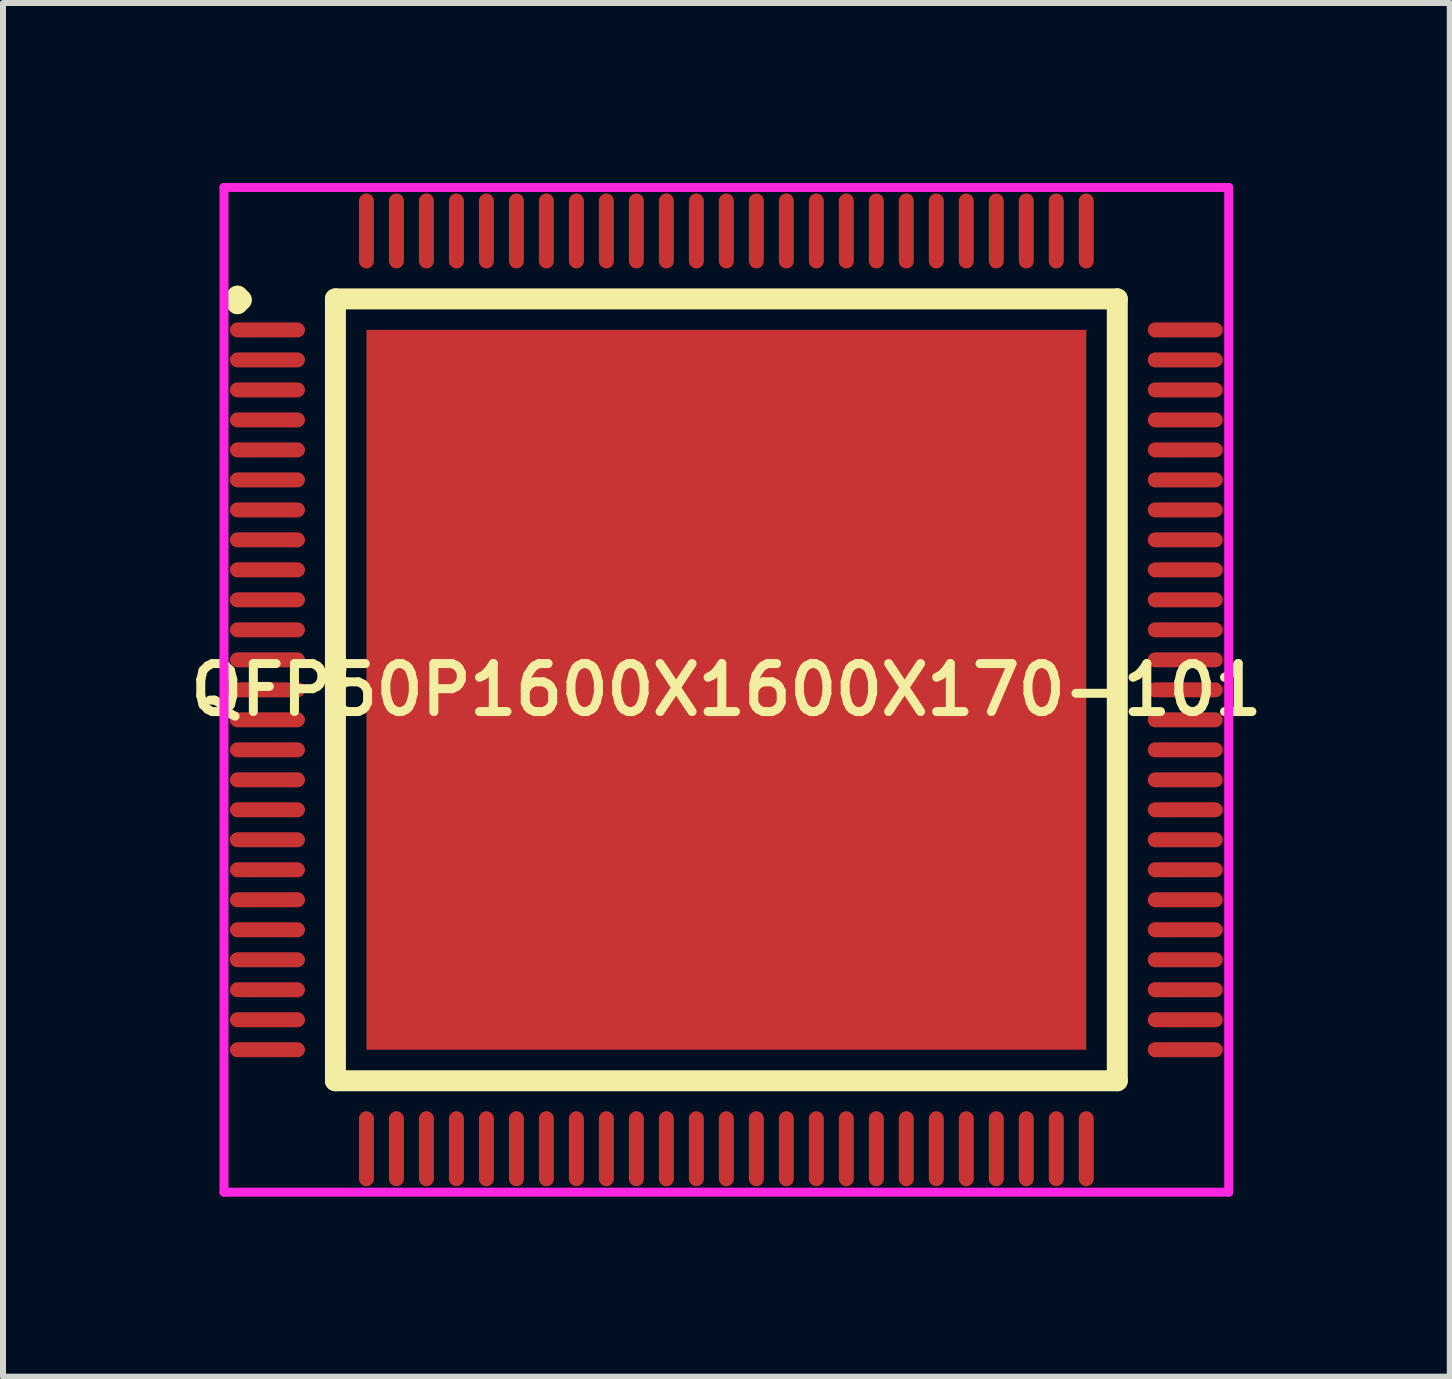
<source format=kicad_pcb>
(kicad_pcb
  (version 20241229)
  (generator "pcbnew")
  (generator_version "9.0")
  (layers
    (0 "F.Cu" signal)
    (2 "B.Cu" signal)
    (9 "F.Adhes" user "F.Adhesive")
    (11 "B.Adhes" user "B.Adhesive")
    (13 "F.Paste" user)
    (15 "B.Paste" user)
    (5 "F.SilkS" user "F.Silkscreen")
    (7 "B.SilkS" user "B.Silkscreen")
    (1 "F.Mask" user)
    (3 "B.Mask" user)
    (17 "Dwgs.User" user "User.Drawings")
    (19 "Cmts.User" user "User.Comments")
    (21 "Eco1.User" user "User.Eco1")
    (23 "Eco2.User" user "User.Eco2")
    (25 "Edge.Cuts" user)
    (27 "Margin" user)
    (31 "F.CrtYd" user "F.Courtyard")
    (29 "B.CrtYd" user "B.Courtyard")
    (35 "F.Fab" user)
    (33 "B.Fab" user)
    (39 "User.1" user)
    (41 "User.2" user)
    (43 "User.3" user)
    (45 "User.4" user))
  (footprint "QFP50P1600X1600X170-101"
    (layer "F.Cu")
    (at 9.059 8.45)
    (property "Reference" "QFP50P1600X1600X170-101" (at 0 0 0) (layer "F.SilkS") (effects (font (size 0.8 0.8) (thickness 0.15))))
    (attr smd)
    (fp_line (start -8.213 -6.5) (end -8.15 -6.562) (stroke (width 0.35) (type solid)) (layer "F.SilkS"))
    (fp_line (start -8.15 -6.562) (end -8.088 -6.5) (stroke (width 0.35) (type solid)) (layer "F.SilkS"))
    (fp_line (start -8.15 -6.438) (end -8.213 -6.5) (stroke (width 0.35) (type solid)) (layer "F.SilkS"))
    (fp_line (start -8.088 -6.5) (end -8.15 -6.438) (stroke (width 0.35) (type solid)) (layer "F.SilkS"))
    (fp_line (start -6.517 -6.517) (end -6.517 6.517) (stroke (width 0.35) (type solid)) (layer "F.SilkS"))
    (fp_line (start -6.517 6.517) (end 6.517 6.517) (stroke (width 0.35) (type solid)) (layer "F.SilkS"))
    (fp_line (start 6.517 -6.517) (end -6.517 -6.517) (stroke (width 0.35) (type solid)) (layer "F.SilkS"))
    (fp_line (start 6.517 6.517) (end 6.517 -6.517) (stroke (width 0.35) (type solid)) (layer "F.SilkS"))
    (fp_line (start -8.375 -8.375) (end 8.375 -8.375) (stroke (width 0.15) (type solid)) (layer "F.CrtYd"))
    (fp_line (start -8.375 8.375) (end -8.375 -8.375) (stroke (width 0.15) (type solid)) (layer "F.CrtYd"))
    (fp_line (start 8.375 -8.375) (end 8.375 8.375) (stroke (width 0.15) (type solid)) (layer "F.CrtYd"))
    (fp_line (start 8.375 8.375) (end -8.375 8.375) (stroke (width 0.15) (type solid)) (layer "F.CrtYd"))
    (pad "1" smd oval (at -7.65 -6) (size 1.25 0.25) (layers "F.Cu" "F.Mask" "F.Paste"))
    (pad "2" smd oval (at -7.65 -5.5) (size 1.25 0.25) (layers "F.Cu" "F.Mask" "F.Paste"))
    (pad "3" smd oval (at -7.65 -5) (size 1.25 0.25) (layers "F.Cu" "F.Mask" "F.Paste"))
    (pad "4" smd oval (at -7.65 -4.5) (size 1.25 0.25) (layers "F.Cu" "F.Mask" "F.Paste"))
    (pad "5" smd oval (at -7.65 -4) (size 1.25 0.25) (layers "F.Cu" "F.Mask" "F.Paste"))
    (pad "6" smd oval (at -7.65 -3.5) (size 1.25 0.25) (layers "F.Cu" "F.Mask" "F.Paste"))
    (pad "7" smd oval (at -7.65 -3) (size 1.25 0.25) (layers "F.Cu" "F.Mask" "F.Paste"))
    (pad "8" smd oval (at -7.65 -2.5) (size 1.25 0.25) (layers "F.Cu" "F.Mask" "F.Paste"))
    (pad "9" smd oval (at -7.65 -2) (size 1.25 0.25) (layers "F.Cu" "F.Mask" "F.Paste"))
    (pad "10" smd oval (at -7.65 -1.5) (size 1.25 0.25) (layers "F.Cu" "F.Mask" "F.Paste"))
    (pad "11" smd oval (at -7.65 -1) (size 1.25 0.25) (layers "F.Cu" "F.Mask" "F.Paste"))
    (pad "12" smd oval (at -7.65 -0.5) (size 1.25 0.25) (layers "F.Cu" "F.Mask" "F.Paste"))
    (pad "13" smd oval (at -7.65 0) (size 1.25 0.25) (layers "F.Cu" "F.Mask" "F.Paste"))
    (pad "14" smd oval (at -7.65 0.5) (size 1.25 0.25) (layers "F.Cu" "F.Mask" "F.Paste"))
    (pad "15" smd oval (at -7.65 1) (size 1.25 0.25) (layers "F.Cu" "F.Mask" "F.Paste"))
    (pad "16" smd oval (at -7.65 1.5) (size 1.25 0.25) (layers "F.Cu" "F.Mask" "F.Paste"))
    (pad "17" smd oval (at -7.65 2) (size 1.25 0.25) (layers "F.Cu" "F.Mask" "F.Paste"))
    (pad "18" smd oval (at -7.65 2.5) (size 1.25 0.25) (layers "F.Cu" "F.Mask" "F.Paste"))
    (pad "19" smd oval (at -7.65 3) (size 1.25 0.25) (layers "F.Cu" "F.Mask" "F.Paste"))
    (pad "20" smd oval (at -7.65 3.5) (size 1.25 0.25) (layers "F.Cu" "F.Mask" "F.Paste"))
    (pad "21" smd oval (at -7.65 4) (size 1.25 0.25) (layers "F.Cu" "F.Mask" "F.Paste"))
    (pad "22" smd oval (at -7.65 4.5) (size 1.25 0.25) (layers "F.Cu" "F.Mask" "F.Paste"))
    (pad "23" smd oval (at -7.65 5) (size 1.25 0.25) (layers "F.Cu" "F.Mask" "F.Paste"))
    (pad "24" smd oval (at -7.65 5.5) (size 1.25 0.25) (layers "F.Cu" "F.Mask" "F.Paste"))
    (pad "25" smd oval (at -7.65 6) (size 1.25 0.25) (layers "F.Cu" "F.Mask" "F.Paste"))
    (pad "26" smd oval (at -6 7.65) (size 0.25 1.25) (layers "F.Cu" "F.Mask" "F.Paste"))
    (pad "27" smd oval (at -5.5 7.65) (size 0.25 1.25) (layers "F.Cu" "F.Mask" "F.Paste"))
    (pad "28" smd oval (at -5 7.65) (size 0.25 1.25) (layers "F.Cu" "F.Mask" "F.Paste"))
    (pad "29" smd oval (at -4.5 7.65) (size 0.25 1.25) (layers "F.Cu" "F.Mask" "F.Paste"))
    (pad "30" smd oval (at -4 7.65) (size 0.25 1.25) (layers "F.Cu" "F.Mask" "F.Paste"))
    (pad "31" smd oval (at -3.5 7.65) (size 0.25 1.25) (layers "F.Cu" "F.Mask" "F.Paste"))
    (pad "32" smd oval (at -3 7.65) (size 0.25 1.25) (layers "F.Cu" "F.Mask" "F.Paste"))
    (pad "33" smd oval (at -2.5 7.65) (size 0.25 1.25) (layers "F.Cu" "F.Mask" "F.Paste"))
    (pad "34" smd oval (at -2 7.65) (size 0.25 1.25) (layers "F.Cu" "F.Mask" "F.Paste"))
    (pad "35" smd oval (at -1.5 7.65) (size 0.25 1.25) (layers "F.Cu" "F.Mask" "F.Paste"))
    (pad "36" smd oval (at -1 7.65) (size 0.25 1.25) (layers "F.Cu" "F.Mask" "F.Paste"))
    (pad "37" smd oval (at -0.5 7.65) (size 0.25 1.25) (layers "F.Cu" "F.Mask" "F.Paste"))
    (pad "38" smd oval (at 0 7.65) (size 0.25 1.25) (layers "F.Cu" "F.Mask" "F.Paste"))
    (pad "39" smd oval (at 0.5 7.65) (size 0.25 1.25) (layers "F.Cu" "F.Mask" "F.Paste"))
    (pad "40" smd oval (at 1 7.65) (size 0.25 1.25) (layers "F.Cu" "F.Mask" "F.Paste"))
    (pad "41" smd oval (at 1.5 7.65) (size 0.25 1.25) (layers "F.Cu" "F.Mask" "F.Paste"))
    (pad "42" smd oval (at 2 7.65) (size 0.25 1.25) (layers "F.Cu" "F.Mask" "F.Paste"))
    (pad "43" smd oval (at 2.5 7.65) (size 0.25 1.25) (layers "F.Cu" "F.Mask" "F.Paste"))
    (pad "44" smd oval (at 3 7.65) (size 0.25 1.25) (layers "F.Cu" "F.Mask" "F.Paste"))
    (pad "45" smd oval (at 3.5 7.65) (size 0.25 1.25) (layers "F.Cu" "F.Mask" "F.Paste"))
    (pad "46" smd oval (at 4 7.65) (size 0.25 1.25) (layers "F.Cu" "F.Mask" "F.Paste"))
    (pad "47" smd oval (at 4.5 7.65) (size 0.25 1.25) (layers "F.Cu" "F.Mask" "F.Paste"))
    (pad "48" smd oval (at 5 7.65) (size 0.25 1.25) (layers "F.Cu" "F.Mask" "F.Paste"))
    (pad "49" smd oval (at 5.5 7.65) (size 0.25 1.25) (layers "F.Cu" "F.Mask" "F.Paste"))
    (pad "50" smd oval (at 6 7.65) (size 0.25 1.25) (layers "F.Cu" "F.Mask" "F.Paste"))
    (pad "51" smd oval (at 7.65 6) (size 1.25 0.25) (layers "F.Cu" "F.Mask" "F.Paste"))
    (pad "52" smd oval (at 7.65 5.5) (size 1.25 0.25) (layers "F.Cu" "F.Mask" "F.Paste"))
    (pad "53" smd oval (at 7.65 5) (size 1.25 0.25) (layers "F.Cu" "F.Mask" "F.Paste"))
    (pad "54" smd oval (at 7.65 4.5) (size 1.25 0.25) (layers "F.Cu" "F.Mask" "F.Paste"))
    (pad "55" smd oval (at 7.65 4) (size 1.25 0.25) (layers "F.Cu" "F.Mask" "F.Paste"))
    (pad "56" smd oval (at 7.65 3.5) (size 1.25 0.25) (layers "F.Cu" "F.Mask" "F.Paste"))
    (pad "57" smd oval (at 7.65 3) (size 1.25 0.25) (layers "F.Cu" "F.Mask" "F.Paste"))
    (pad "58" smd oval (at 7.65 2.5) (size 1.25 0.25) (layers "F.Cu" "F.Mask" "F.Paste"))
    (pad "59" smd oval (at 7.65 2) (size 1.25 0.25) (layers "F.Cu" "F.Mask" "F.Paste"))
    (pad "60" smd oval (at 7.65 1.5) (size 1.25 0.25) (layers "F.Cu" "F.Mask" "F.Paste"))
    (pad "61" smd oval (at 7.65 1) (size 1.25 0.25) (layers "F.Cu" "F.Mask" "F.Paste"))
    (pad "62" smd oval (at 7.65 0.5) (size 1.25 0.25) (layers "F.Cu" "F.Mask" "F.Paste"))
    (pad "63" smd oval (at 7.65 0) (size 1.25 0.25) (layers "F.Cu" "F.Mask" "F.Paste"))
    (pad "64" smd oval (at 7.65 -0.5) (size 1.25 0.25) (layers "F.Cu" "F.Mask" "F.Paste"))
    (pad "65" smd oval (at 7.65 -1) (size 1.25 0.25) (layers "F.Cu" "F.Mask" "F.Paste"))
    (pad "66" smd oval (at 7.65 -1.5) (size 1.25 0.25) (layers "F.Cu" "F.Mask" "F.Paste"))
    (pad "67" smd oval (at 7.65 -2) (size 1.25 0.25) (layers "F.Cu" "F.Mask" "F.Paste"))
    (pad "68" smd oval (at 7.65 -2.5) (size 1.25 0.25) (layers "F.Cu" "F.Mask" "F.Paste"))
    (pad "69" smd oval (at 7.65 -3) (size 1.25 0.25) (layers "F.Cu" "F.Mask" "F.Paste"))
    (pad "70" smd oval (at 7.65 -3.5) (size 1.25 0.25) (layers "F.Cu" "F.Mask" "F.Paste"))
    (pad "71" smd oval (at 7.65 -4) (size 1.25 0.25) (layers "F.Cu" "F.Mask" "F.Paste"))
    (pad "72" smd oval (at 7.65 -4.5) (size 1.25 0.25) (layers "F.Cu" "F.Mask" "F.Paste"))
    (pad "73" smd oval (at 7.65 -5) (size 1.25 0.25) (layers "F.Cu" "F.Mask" "F.Paste"))
    (pad "74" smd oval (at 7.65 -5.5) (size 1.25 0.25) (layers "F.Cu" "F.Mask" "F.Paste"))
    (pad "75" smd oval (at 7.65 -6) (size 1.25 0.25) (layers "F.Cu" "F.Mask" "F.Paste"))
    (pad "76" smd oval (at 6 -7.65) (size 0.25 1.25) (layers "F.Cu" "F.Mask" "F.Paste"))
    (pad "77" smd oval (at 5.5 -7.65) (size 0.25 1.25) (layers "F.Cu" "F.Mask" "F.Paste"))
    (pad "78" smd oval (at 5 -7.65) (size 0.25 1.25) (layers "F.Cu" "F.Mask" "F.Paste"))
    (pad "79" smd oval (at 4.5 -7.65) (size 0.25 1.25) (layers "F.Cu" "F.Mask" "F.Paste"))
    (pad "80" smd oval (at 4 -7.65) (size 0.25 1.25) (layers "F.Cu" "F.Mask" "F.Paste"))
    (pad "81" smd oval (at 3.5 -7.65) (size 0.25 1.25) (layers "F.Cu" "F.Mask" "F.Paste"))
    (pad "82" smd oval (at 3 -7.65) (size 0.25 1.25) (layers "F.Cu" "F.Mask" "F.Paste"))
    (pad "83" smd oval (at 2.5 -7.65) (size 0.25 1.25) (layers "F.Cu" "F.Mask" "F.Paste"))
    (pad "84" smd oval (at 2 -7.65) (size 0.25 1.25) (layers "F.Cu" "F.Mask" "F.Paste"))
    (pad "85" smd oval (at 1.5 -7.65) (size 0.25 1.25) (layers "F.Cu" "F.Mask" "F.Paste"))
    (pad "86" smd oval (at 1 -7.65) (size 0.25 1.25) (layers "F.Cu" "F.Mask" "F.Paste"))
    (pad "87" smd oval (at 0.5 -7.65) (size 0.25 1.25) (layers "F.Cu" "F.Mask" "F.Paste"))
    (pad "88" smd oval (at 0 -7.65) (size 0.25 1.25) (layers "F.Cu" "F.Mask" "F.Paste"))
    (pad "89" smd oval (at -0.5 -7.65) (size 0.25 1.25) (layers "F.Cu" "F.Mask" "F.Paste"))
    (pad "90" smd oval (at -1 -7.65) (size 0.25 1.25) (layers "F.Cu" "F.Mask" "F.Paste"))
    (pad "91" smd oval (at -1.5 -7.65) (size 0.25 1.25) (layers "F.Cu" "F.Mask" "F.Paste"))
    (pad "92" smd oval (at -2 -7.65) (size 0.25 1.25) (layers "F.Cu" "F.Mask" "F.Paste"))
    (pad "93" smd oval (at -2.5 -7.65) (size 0.25 1.25) (layers "F.Cu" "F.Mask" "F.Paste"))
    (pad "94" smd oval (at -3 -7.65) (size 0.25 1.25) (layers "F.Cu" "F.Mask" "F.Paste"))
    (pad "95" smd oval (at -3.5 -7.65) (size 0.25 1.25) (layers "F.Cu" "F.Mask" "F.Paste"))
    (pad "96" smd oval (at -4 -7.65) (size 0.25 1.25) (layers "F.Cu" "F.Mask" "F.Paste"))
    (pad "97" smd oval (at -4.5 -7.65) (size 0.25 1.25) (layers "F.Cu" "F.Mask" "F.Paste"))
    (pad "98" smd oval (at -5 -7.65) (size 0.25 1.25) (layers "F.Cu" "F.Mask" "F.Paste"))
    (pad "99" smd oval (at -5.5 -7.65) (size 0.25 1.25) (layers "F.Cu" "F.Mask" "F.Paste"))
    (pad "100" smd oval (at -6 -7.65) (size 0.25 1.25) (layers "F.Cu" "F.Mask" "F.Paste"))
    (pad "101" smd rect (at 0 0) (size 12 12) (layers "F.Cu" "F.Mask" "F.Paste")))
  (gr_rect
    (start -3 -3)
    (end 21.119 19.9)
    (stroke (width 0.1) (type default))
    (fill no)
    (layer "Edge.Cuts")))
</source>
